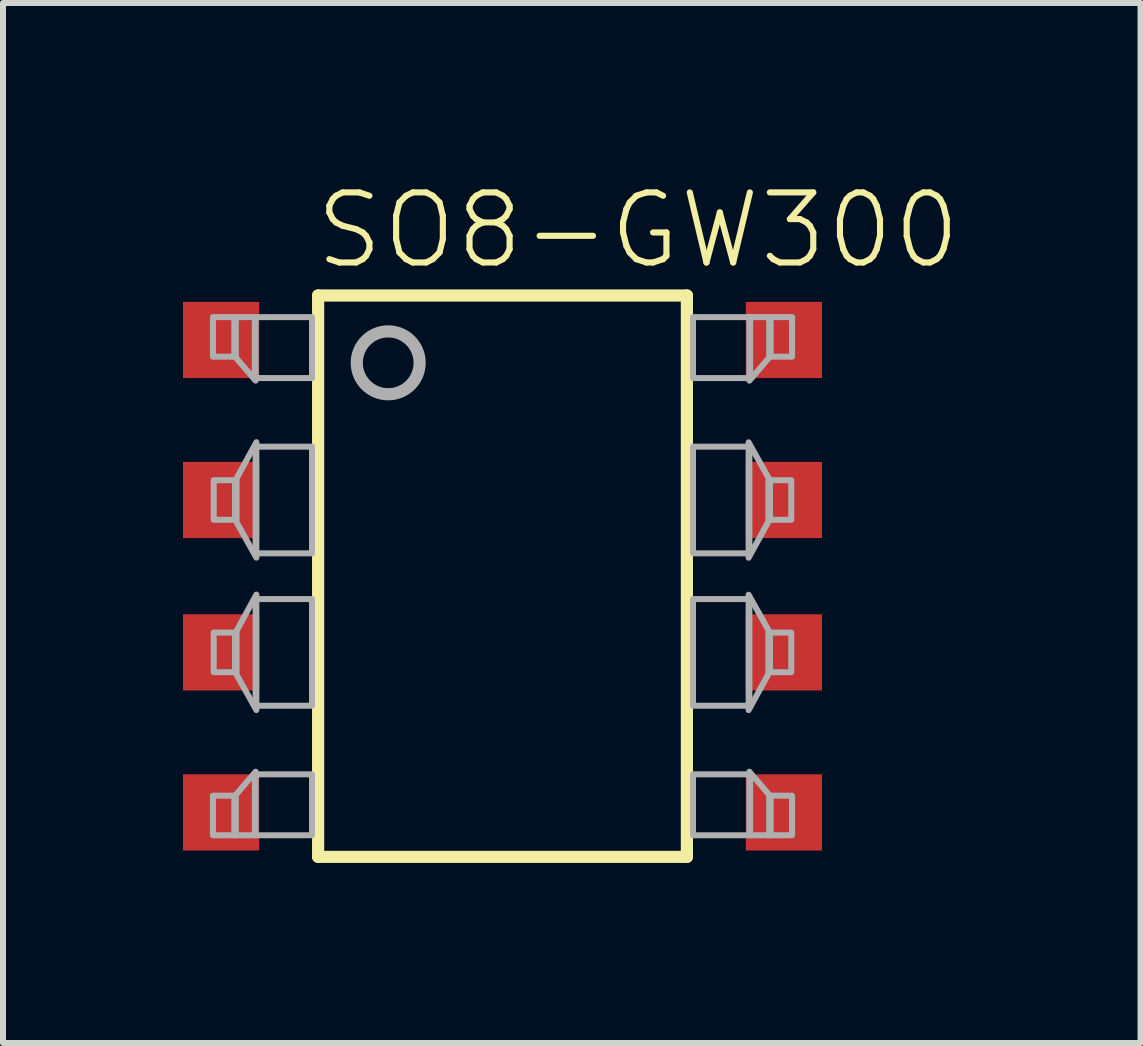
<source format=kicad_pcb>
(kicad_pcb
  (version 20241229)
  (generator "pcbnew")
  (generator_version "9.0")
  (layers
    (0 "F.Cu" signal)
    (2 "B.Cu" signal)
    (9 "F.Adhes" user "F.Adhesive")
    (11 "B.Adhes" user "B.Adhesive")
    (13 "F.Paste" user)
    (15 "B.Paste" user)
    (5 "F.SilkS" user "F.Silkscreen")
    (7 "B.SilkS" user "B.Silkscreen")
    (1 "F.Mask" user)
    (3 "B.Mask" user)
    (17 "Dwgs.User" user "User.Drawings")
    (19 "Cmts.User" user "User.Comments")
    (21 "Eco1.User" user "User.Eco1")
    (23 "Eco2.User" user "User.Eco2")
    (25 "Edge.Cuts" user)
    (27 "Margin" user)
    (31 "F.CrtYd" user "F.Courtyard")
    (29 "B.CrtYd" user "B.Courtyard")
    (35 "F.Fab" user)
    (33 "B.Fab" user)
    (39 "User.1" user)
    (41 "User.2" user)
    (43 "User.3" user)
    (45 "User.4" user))
  (footprint "SO8-GW300"
    (layer "F.Cu")
    (at 5.325 6.553)
    (property "Reference" "SO8-GW300" (at -3.175 -5.08 0) (layer "F.SilkS") (effects (font (size 1.168 1.168) (thickness 0.102)) (justify left bottom)))
    (fp_line (start -3.073 -4.678) (end -3.073 4.678) (stroke (width 0.203) (type solid)) (layer "F.SilkS"))
    (fp_line (start -3.073 4.678) (end 3.073 4.678) (stroke (width 0.203) (type solid)) (layer "F.SilkS"))
    (fp_line (start 3.073 -4.678) (end -3.073 -4.678) (stroke (width 0.203) (type solid)) (layer "F.SilkS"))
    (fp_line (start 3.073 4.678) (end 3.073 -4.678) (stroke (width 0.203) (type solid)) (layer "F.SilkS"))
    (fp_circle (center -1.905 -3.556) (end -1.381 -3.556) (stroke (width 0.203) (type solid)) (fill no) (layer "F.Fab"))
    (fp_poly (pts (xy -4.826 -3.658) (xy -4.445 -3.658) (xy -4.445 -4.318) (xy -4.826 -4.318)) (stroke (width 0.1) (type solid)) (fill no) (layer "F.Fab"))
    (fp_poly (pts (xy -4.826 4.318) (xy -4.445 4.318) (xy -4.445 3.658) (xy -4.826 3.658)) (stroke (width 0.1) (type solid)) (fill no) (layer "F.Fab"))
    (fp_poly (pts (xy -4.813 -0.94) (xy -4.432 -0.94) (xy -4.432 -1.6) (xy -4.813 -1.6)) (stroke (width 0.1) (type solid)) (fill no) (layer "F.Fab"))
    (fp_poly (pts (xy -4.813 1.6) (xy -4.432 1.6) (xy -4.432 0.94) (xy -4.813 0.94)) (stroke (width 0.1) (type solid)) (fill no) (layer "F.Fab"))
    (fp_poly (pts (xy -4.128 -3.302) (xy -3.175 -3.302) (xy -3.175 -4.318) (xy -4.128 -4.318)) (stroke (width 0.1) (type solid)) (fill no) (layer "F.Fab"))
    (fp_poly (pts (xy -4.127 4.318) (xy -3.175 4.318) (xy -3.175 3.302) (xy -4.127 3.302)) (stroke (width 0.1) (type solid)) (fill no) (layer "F.Fab"))
    (fp_poly (pts (xy -4.115 -3.259) (xy -4.47 -3.674) (xy -4.47 -4.318) (xy -4.115 -4.318)) (stroke (width 0.1) (type solid)) (fill no) (layer "F.Fab"))
    (fp_poly (pts (xy -4.115 -0.381) (xy -3.175 -0.381) (xy -3.175 -2.159) (xy -4.115 -2.159)) (stroke (width 0.1) (type solid)) (fill no) (layer "F.Fab"))
    (fp_poly (pts (xy -4.115 2.159) (xy -3.175 2.159) (xy -3.175 0.381) (xy -4.115 0.381)) (stroke (width 0.1) (type solid)) (fill no) (layer "F.Fab"))
    (fp_poly (pts (xy -4.115 4.318) (xy -4.47 4.318) (xy -4.47 3.674) (xy -4.115 3.259)) (stroke (width 0.1) (type solid)) (fill no) (layer "F.Fab"))
    (fp_poly (pts (xy -4.102 -0.309) (xy -4.458 -0.946) (xy -4.458 -1.581) (xy -4.102 -2.233)) (stroke (width 0.1) (type solid)) (fill no) (layer "F.Fab"))
    (fp_poly (pts (xy -4.102 2.231) (xy -4.458 1.594) (xy -4.458 0.959) (xy -4.102 0.307)) (stroke (width 0.1) (type solid)) (fill no) (layer "F.Fab"))
    (fp_poly (pts (xy 4.115 -2.159) (xy 3.175 -2.159) (xy 3.175 -0.381) (xy 4.115 -0.381)) (stroke (width 0.1) (type solid)) (fill no) (layer "F.Fab"))
    (fp_poly (pts (xy 4.115 0.381) (xy 3.175 0.381) (xy 3.175 2.159) (xy 4.115 2.159)) (stroke (width 0.1) (type solid)) (fill no) (layer "F.Fab"))
    (fp_poly (pts (xy 4.127 -4.318) (xy 3.175 -4.318) (xy 3.175 -3.302) (xy 4.127 -3.302)) (stroke (width 0.1) (type solid)) (fill no) (layer "F.Fab"))
    (fp_poly (pts (xy 4.127 3.302) (xy 3.175 3.302) (xy 3.175 4.318) (xy 4.127 4.318)) (stroke (width 0.1) (type solid)) (fill no) (layer "F.Fab"))
    (fp_poly (pts (xy 4.458 -1.594) (xy 4.458 -0.959) (xy 4.102 -0.307) (xy 4.102 -2.231)) (stroke (width 0.1) (type solid)) (fill no) (layer "F.Fab"))
    (fp_poly (pts (xy 4.458 0.946) (xy 4.458 1.581) (xy 4.102 2.233) (xy 4.102 0.309)) (stroke (width 0.1) (type solid)) (fill no) (layer "F.Fab"))
    (fp_poly (pts (xy 4.47 -3.674) (xy 4.115 -3.259) (xy 4.115 -4.318) (xy 4.47 -4.318)) (stroke (width 0.1) (type solid)) (fill no) (layer "F.Fab"))
    (fp_poly (pts (xy 4.47 3.674) (xy 4.47 4.318) (xy 4.115 4.318) (xy 4.115 3.259)) (stroke (width 0.1) (type solid)) (fill no) (layer "F.Fab"))
    (fp_poly (pts (xy 4.813 -1.6) (xy 4.432 -1.6) (xy 4.432 -0.94) (xy 4.813 -0.94)) (stroke (width 0.1) (type solid)) (fill no) (layer "F.Fab"))
    (fp_poly (pts (xy 4.813 0.94) (xy 4.432 0.94) (xy 4.432 1.6) (xy 4.813 1.6)) (stroke (width 0.1) (type solid)) (fill no) (layer "F.Fab"))
    (fp_poly (pts (xy 4.826 -4.318) (xy 4.445 -4.318) (xy 4.445 -3.658) (xy 4.826 -3.658)) (stroke (width 0.1) (type solid)) (fill no) (layer "F.Fab"))
    (fp_poly (pts (xy 4.826 3.658) (xy 4.445 3.658) (xy 4.445 4.318) (xy 4.826 4.318)) (stroke (width 0.1) (type solid)) (fill no) (layer "F.Fab"))
    (pad "1" smd rect (at -4.69 -3.937) (size 1.27 1.27) (layers "F.Cu" "F.Mask" "F.Paste"))
    (pad "2" smd rect (at -4.69 -1.27) (size 1.27 1.27) (layers "F.Cu" "F.Mask" "F.Paste"))
    (pad "3" smd rect (at -4.69 1.27) (size 1.27 1.27) (layers "F.Cu" "F.Mask" "F.Paste"))
    (pad "4" smd rect (at -4.69 3.937) (size 1.27 1.27) (layers "F.Cu" "F.Mask" "F.Paste"))
    (pad "5" smd rect (at 4.69 3.937) (size 1.27 1.27) (layers "F.Cu" "F.Mask" "F.Paste"))
    (pad "6" smd rect (at 4.69 1.27) (size 1.27 1.27) (layers "F.Cu" "F.Mask" "F.Paste"))
    (pad "7" smd rect (at 4.69 -1.27) (size 1.27 1.27) (layers "F.Cu" "F.Mask" "F.Paste"))
    (pad "8" smd rect (at 4.69 -3.937) (size 1.27 1.27) (layers "F.Cu" "F.Mask" "F.Paste")))
  (gr_rect
    (start -3 -3)
    (end 15.959 14.333)
    (stroke (width 0.1) (type default))
    (fill no)
    (layer "Edge.Cuts")))
</source>
